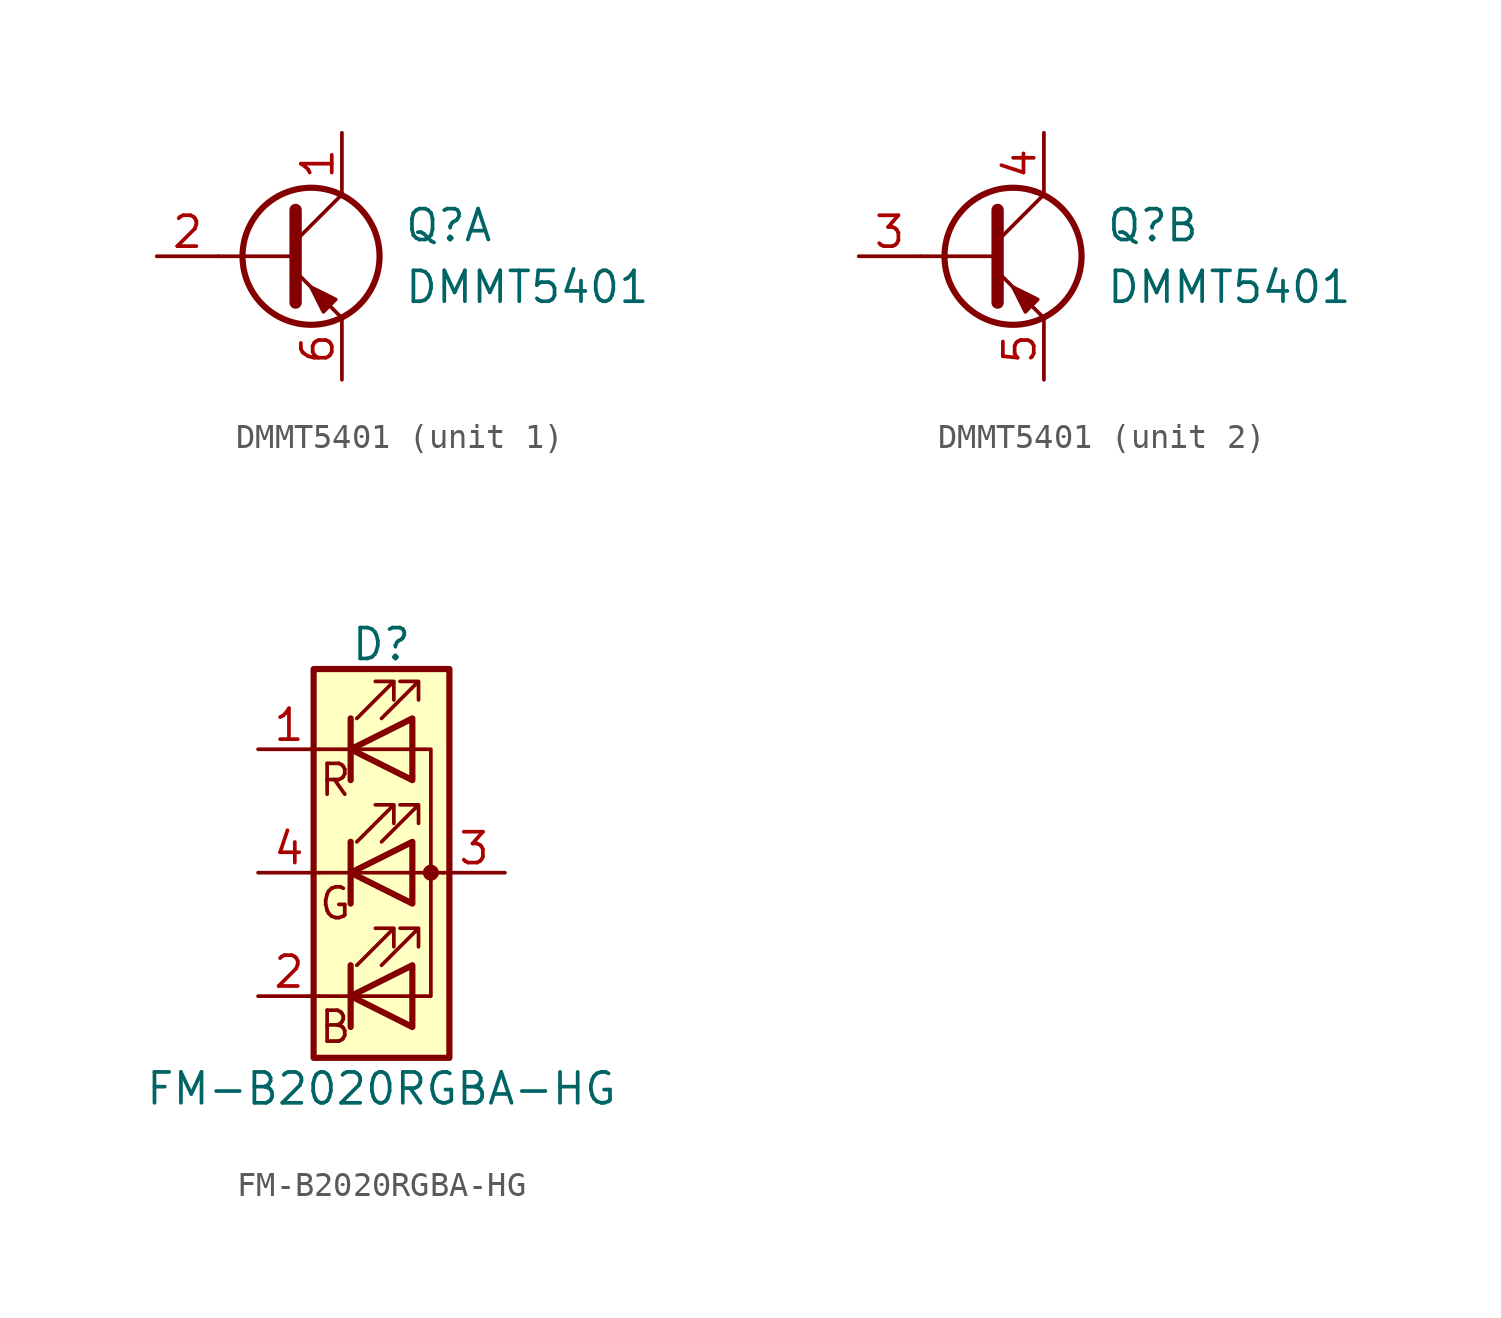
<source format=kicad_sym>
(kicad_symbol_lib
  (version 20211014)
  (generator kicad_symbol_editor)
  (symbol "DMMT5401"
    (pin_names
      (offset 0) hide)
    (property "Reference" "Q"
      (at 5.08 1.27 0)
      (effects (font (size 1.27 1.27)) (justify left)))
    (property "Value" "DMMT5401"
      (at 5.08 -1.27 0)
      (effects (font (size 1.27 1.27)) (justify left)))
    (property "ki_locked" ""
      (at 0 0 0)
      (effects (font (size 1.27 1.27))))
    (symbol "DMMT5401_0_1"
      (polyline (pts (xy 0.635 0) (xy -2.54 0)) (stroke (width 0) (type default) (color 0 0 0 0)) (fill (type none)))
      (polyline (pts (xy 0.635 0.635) (xy 2.54 2.54)) (stroke (width 0) (type default) (color 0 0 0 0)) (fill (type none)))
      (polyline (pts (xy 0.635 -0.635) (xy 2.54 -2.54) (xy 2.54 -2.54)) (stroke (width 0) (type default) (color 0 0 0 0)) (fill (type none)))
      (polyline (pts (xy 0.635 1.905) (xy 0.635 -1.905) (xy 0.635 -1.905)) (stroke (width 0.508) (type default) (color 0 0 0 0)) (fill (type none)))
      (polyline (pts (xy 2.286 -1.778) (xy 1.778 -2.286) (xy 1.27 -1.27) (xy 2.286 -1.778) (xy 2.286 -1.778)) (stroke (width 0) (type default) (color 0 0 0 0)) (fill (type outline)))
      (circle (center 1.27 0) (radius 2.819) (stroke (width 0.254) (type default) (color 0 0 0 0)) (fill (type none))))
    (symbol "DMMT5401_1_1"
      (pin passive line (at 2.54 5.08 270) (length 2.54) (name "C1" (effects (font (size 1.27 1.27)))) (number "1" (effects (font (size 1.27 1.27)))))
      (pin input line (at -5.08 0 0) (length 2.54) (name "B1" (effects (font (size 1.27 1.27)))) (number "2" (effects (font (size 1.27 1.27)))))
      (pin passive line (at 2.54 -5.08 90) (length 2.54) (name "E1" (effects (font (size 1.27 1.27)))) (number "6" (effects (font (size 1.27 1.27))))))
    (symbol "DMMT5401_2_1"
      (pin input line (at -5.08 0 0) (length 2.54) (name "B2" (effects (font (size 1.27 1.27)))) (number "3" (effects (font (size 1.27 1.27)))))
      (pin passive line (at 2.54 5.08 270) (length 2.54) (name "C2" (effects (font (size 1.27 1.27)))) (number "4" (effects (font (size 1.27 1.27)))))
      (pin passive line (at 2.54 -5.08 90) (length 2.54) (name "E2" (effects (font (size 1.27 1.27)))) (number "5" (effects (font (size 1.27 1.27)))))))
  (symbol "FM-B2020RGBA-HG"
    (pin_names
      (offset 0) hide)
    (property "Reference" "D"
      (at 0 9.398 0)
      (effects (font (size 1.27 1.27))))
    (property "Value" "FM-B2020RGBA-HG"
      (at 0 -8.89 0)
      (effects (font (size 1.27 1.27))))
    (symbol "FM-B2020RGBA-HG_0_0"
      (text "B" (at -1.905 -6.35 0) (effects (font (size 1.27 1.27))))
      (text "G" (at -1.905 -1.27 0) (effects (font (size 1.27 1.27))))
      (text "R" (at -1.905 3.81 0) (effects (font (size 1.27 1.27)))))
    (symbol "FM-B2020RGBA-HG_0_1"
      (polyline (pts (xy -1.27 -5.08) (xy -2.54 -5.08)) (stroke (width 0) (type default) (color 0 0 0 0)) (fill (type none)))
      (polyline (pts (xy -1.27 -5.08) (xy 1.27 -5.08)) (stroke (width 0) (type default) (color 0 0 0 0)) (fill (type none)))
      (polyline (pts (xy -1.27 -3.81) (xy -1.27 -6.35)) (stroke (width 0.254) (type default) (color 0 0 0 0)) (fill (type none)))
      (polyline (pts (xy -1.27 0) (xy -2.54 0)) (stroke (width 0) (type default) (color 0 0 0 0)) (fill (type none)))
      (polyline (pts (xy -1.27 1.27) (xy -1.27 -1.27)) (stroke (width 0.254) (type default) (color 0 0 0 0)) (fill (type none)))
      (polyline (pts (xy -1.27 5.08) (xy -2.54 5.08)) (stroke (width 0) (type default) (color 0 0 0 0)) (fill (type none)))
      (polyline (pts (xy -1.27 5.08) (xy 1.27 5.08)) (stroke (width 0) (type default) (color 0 0 0 0)) (fill (type none)))
      (polyline (pts (xy -1.27 6.35) (xy -1.27 3.81)) (stroke (width 0.254) (type default) (color 0 0 0 0)) (fill (type none)))
      (polyline (pts (xy 1.27 0) (xy -1.27 0)) (stroke (width 0) (type default) (color 0 0 0 0)) (fill (type none)))
      (polyline (pts (xy 1.27 0) (xy 2.54 0)) (stroke (width 0) (type default) (color 0 0 0 0)) (fill (type none)))
      (polyline (pts (xy -1.27 1.27) (xy -1.27 -1.27) (xy -1.27 -1.27)) (stroke (width 0) (type default) (color 0 0 0 0)) (fill (type none)))
      (polyline (pts (xy -1.27 6.35) (xy -1.27 3.81) (xy -1.27 3.81)) (stroke (width 0) (type default) (color 0 0 0 0)) (fill (type none)))
      (polyline (pts (xy 1.27 -5.08) (xy 2.032 -5.08) (xy 2.032 5.08) (xy 1.27 5.08)) (stroke (width 0) (type default) (color 0 0 0 0)) (fill (type none)))
      (polyline (pts (xy 1.27 -3.81) (xy 1.27 -6.35) (xy -1.27 -5.08) (xy 1.27 -3.81)) (stroke (width 0.254) (type default) (color 0 0 0 0)) (fill (type none)))
      (polyline (pts (xy 1.27 1.27) (xy 1.27 -1.27) (xy -1.27 0) (xy 1.27 1.27)) (stroke (width 0.254) (type default) (color 0 0 0 0)) (fill (type none)))
      (polyline (pts (xy 1.27 6.35) (xy 1.27 3.81) (xy -1.27 5.08) (xy 1.27 6.35)) (stroke (width 0.254) (type default) (color 0 0 0 0)) (fill (type none)))
      (polyline (pts (xy -1.016 -3.81) (xy 0.508 -2.286) (xy -0.254 -2.286) (xy 0.508 -2.286) (xy 0.508 -3.048)) (stroke (width 0) (type default) (color 0 0 0 0)) (fill (type none)))
      (polyline (pts (xy -1.016 1.27) (xy 0.508 2.794) (xy -0.254 2.794) (xy 0.508 2.794) (xy 0.508 2.032)) (stroke (width 0) (type default) (color 0 0 0 0)) (fill (type none)))
      (polyline (pts (xy -1.016 6.35) (xy 0.508 7.874) (xy -0.254 7.874) (xy 0.508 7.874) (xy 0.508 7.112)) (stroke (width 0) (type default) (color 0 0 0 0)) (fill (type none)))
      (polyline (pts (xy 0 -3.81) (xy 1.524 -2.286) (xy 0.762 -2.286) (xy 1.524 -2.286) (xy 1.524 -3.048)) (stroke (width 0) (type default) (color 0 0 0 0)) (fill (type none)))
      (polyline (pts (xy 0 1.27) (xy 1.524 2.794) (xy 0.762 2.794) (xy 1.524 2.794) (xy 1.524 2.032)) (stroke (width 0) (type default) (color 0 0 0 0)) (fill (type none)))
      (polyline (pts (xy 0 6.35) (xy 1.524 7.874) (xy 0.762 7.874) (xy 1.524 7.874) (xy 1.524 7.112)) (stroke (width 0) (type default) (color 0 0 0 0)) (fill (type none)))
      (rectangle (start 1.27 -1.27) (end 1.27 1.27) (stroke (width 0) (type default) (color 0 0 0 0)) (fill (type none)))
      (rectangle (start 1.27 1.27) (end 1.27 1.27) (stroke (width 0) (type default) (color 0 0 0 0)) (fill (type none)))
      (rectangle (start 1.27 3.81) (end 1.27 6.35) (stroke (width 0) (type default) (color 0 0 0 0)) (fill (type none)))
      (rectangle (start 1.27 6.35) (end 1.27 6.35) (stroke (width 0) (type default) (color 0 0 0 0)) (fill (type none)))
      (circle (center 2.032 0) (radius 0.254) (stroke (width 0) (type default) (color 0 0 0 0)) (fill (type outline)))
      (rectangle (start 2.794 8.382) (end -2.794 -7.62) (stroke (width 0.254) (type default) (color 0 0 0 0)) (fill (type background))))
    (symbol "FM-B2020RGBA-HG_1_1"
      (pin passive line (at -5.08 5.08 0) (length 2.54) (name "RK" (effects (font (size 1.27 1.27)))) (number "1" (effects (font (size 1.27 1.27)))))
      (pin passive line (at -5.08 -5.08 0) (length 2.54) (name "BK" (effects (font (size 1.27 1.27)))) (number "2" (effects (font (size 1.27 1.27)))))
      (pin passive line (at 5.08 0 180) (length 2.54) (name "A" (effects (font (size 1.27 1.27)))) (number "3" (effects (font (size 1.27 1.27)))))
      (pin passive line (at -5.08 0 0) (length 2.54) (name "GK" (effects (font (size 1.27 1.27)))) (number "4" (effects (font (size 1.27 1.27))))))))
</source>
